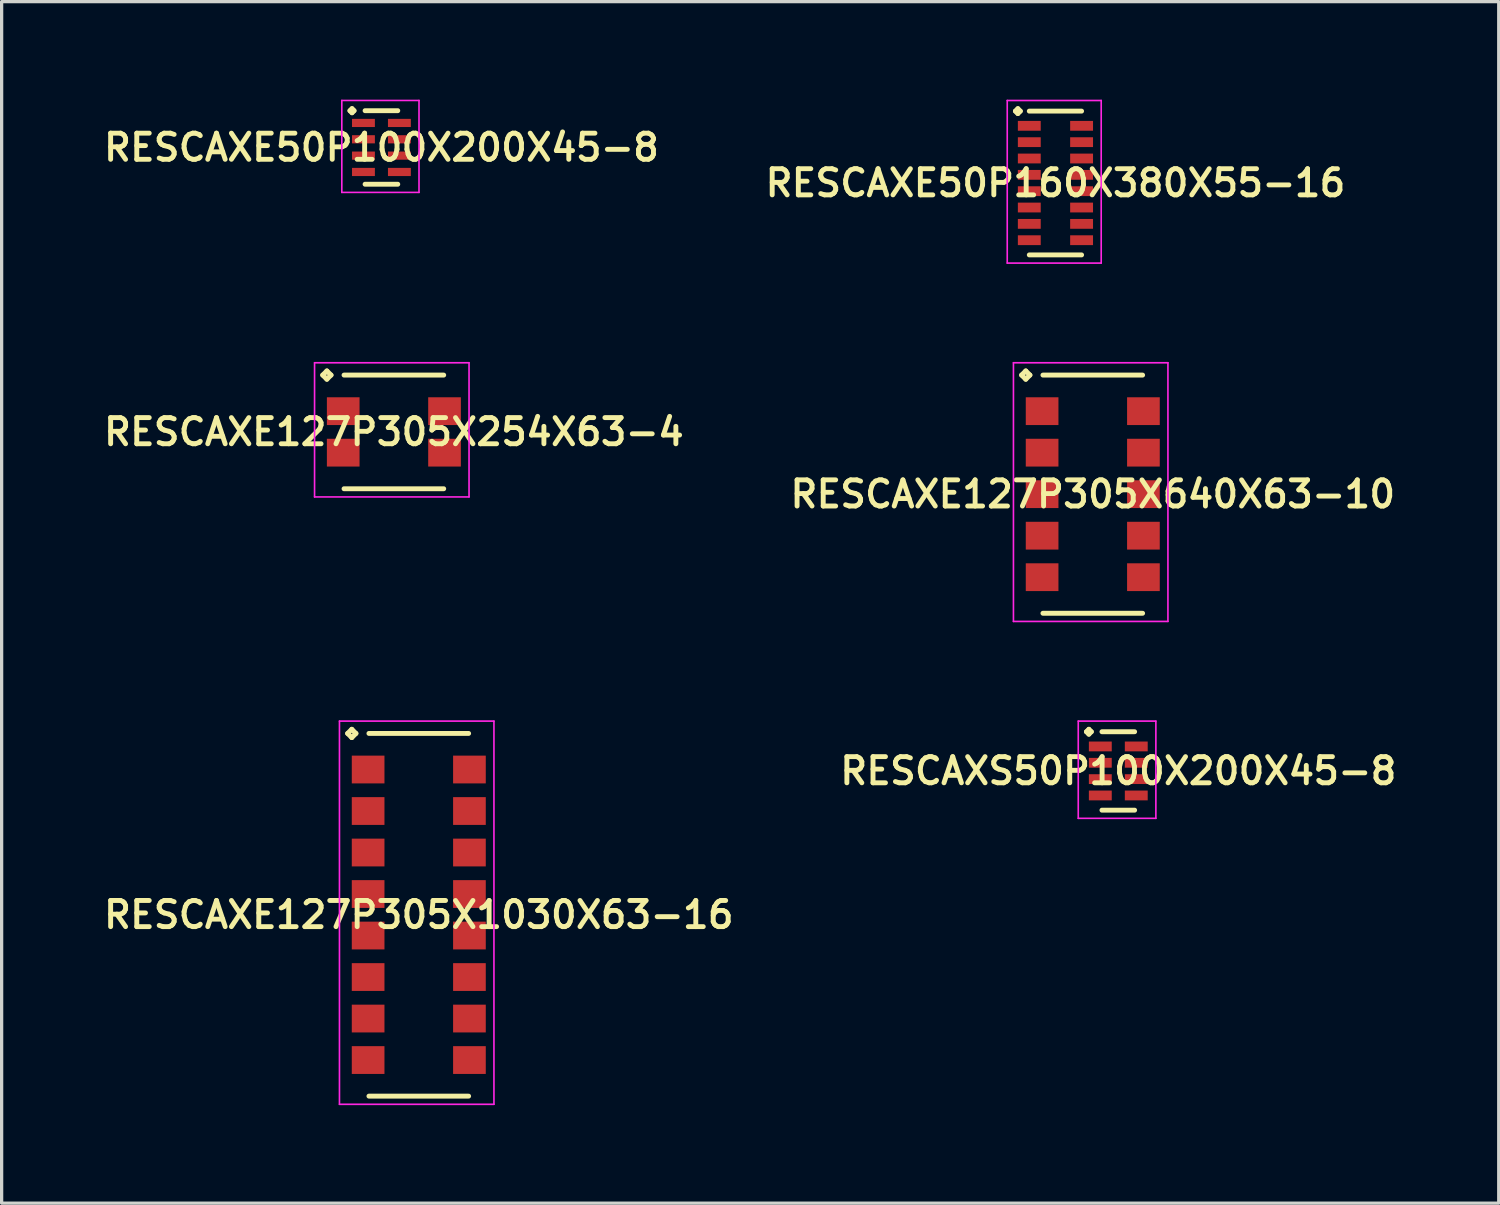
<source format=kicad_pcb>
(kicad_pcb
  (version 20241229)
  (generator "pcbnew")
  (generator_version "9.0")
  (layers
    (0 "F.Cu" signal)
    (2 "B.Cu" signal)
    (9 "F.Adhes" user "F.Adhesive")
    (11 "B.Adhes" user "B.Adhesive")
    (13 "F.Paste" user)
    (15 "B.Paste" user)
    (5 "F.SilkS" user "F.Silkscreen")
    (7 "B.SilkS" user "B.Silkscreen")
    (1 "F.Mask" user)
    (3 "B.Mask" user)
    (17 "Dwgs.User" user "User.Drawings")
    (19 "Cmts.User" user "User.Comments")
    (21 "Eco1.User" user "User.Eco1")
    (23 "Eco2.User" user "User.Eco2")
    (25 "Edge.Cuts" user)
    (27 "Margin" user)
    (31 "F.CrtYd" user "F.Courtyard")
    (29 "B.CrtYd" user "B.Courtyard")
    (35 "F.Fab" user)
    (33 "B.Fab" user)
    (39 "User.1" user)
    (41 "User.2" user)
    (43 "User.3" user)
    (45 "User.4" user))
  (footprint "RESCAXS50P100X200X45-8"
    (layer "F.Cu")
    (at 31.168 20.54)
    (property "Reference" "RESCAXS50P100X200X45-8" (at 0 0 0) (layer "F.SilkS") (effects (font (size 0.8 0.8) (thickness 0.15))))
    (attr smd)
    (fp_line (start -0.975 -1.2) (end -0.9 -1.275) (stroke (width 0.15) (type solid)) (layer "F.SilkS"))
    (fp_line (start -0.9 -1.275) (end -0.825 -1.2) (stroke (width 0.15) (type solid)) (layer "F.SilkS"))
    (fp_line (start -0.9 -1.125) (end -0.975 -1.2) (stroke (width 0.15) (type solid)) (layer "F.SilkS"))
    (fp_line (start -0.825 -1.2) (end -0.9 -1.125) (stroke (width 0.15) (type solid)) (layer "F.SilkS"))
    (fp_line (start -0.5 -1.2) (end 0.5 -1.2) (stroke (width 0.15) (type solid)) (layer "F.SilkS"))
    (fp_line (start -0.5 1.2) (end 0.5 1.2) (stroke (width 0.15) (type solid)) (layer "F.SilkS"))
    (fp_line (start -1.225 -1.525) (end 1.15 -1.525) (stroke (width 0.05) (type solid)) (layer "F.CrtYd"))
    (fp_line (start -1.225 1.45) (end -1.225 -1.525) (stroke (width 0.05) (type solid)) (layer "F.CrtYd"))
    (fp_line (start 1.15 -1.525) (end 1.15 1.45) (stroke (width 0.05) (type solid)) (layer "F.CrtYd"))
    (fp_line (start 1.15 1.45) (end -1.225 1.45) (stroke (width 0.05) (type solid)) (layer "F.CrtYd"))
    (pad "1" smd rect (at -0.55 -0.75) (size 0.7 0.3) (layers "F.Cu" "F.Mask" "F.Paste"))
    (pad "2" smd rect (at -0.55 -0.25) (size 0.7 0.3) (layers "F.Cu" "F.Mask" "F.Paste"))
    (pad "3" smd rect (at -0.55 0.25) (size 0.7 0.3) (layers "F.Cu" "F.Mask" "F.Paste"))
    (pad "4" smd rect (at -0.55 0.75) (size 0.7 0.3) (layers "F.Cu" "F.Mask" "F.Paste"))
    (pad "5" smd rect (at 0.55 0.75) (size 0.7 0.3) (layers "F.Cu" "F.Mask" "F.Paste"))
    (pad "6" smd rect (at 0.55 0.25) (size 0.7 0.3) (layers "F.Cu" "F.Mask" "F.Paste"))
    (pad "7" smd rect (at 0.55 -0.25) (size 0.7 0.3) (layers "F.Cu" "F.Mask" "F.Paste"))
    (pad "8" smd rect (at 0.55 -0.75) (size 0.7 0.3) (layers "F.Cu" "F.Mask" "F.Paste")))
  (footprint "RESCAXE50P160X380X55-16"
    (layer "F.Cu")
    (at 29.245 2.55)
    (property "Reference" "RESCAXE50P160X380X55-16" (at 0 0 0) (layer "F.SilkS") (effects (font (size 0.8 0.8) (thickness 0.15))))
    (attr smd)
    (fp_line (start -1.225 -2.2) (end -1.15 -2.275) (stroke (width 0.15) (type solid)) (layer "F.SilkS"))
    (fp_line (start -1.15 -2.275) (end -1.075 -2.2) (stroke (width 0.15) (type solid)) (layer "F.SilkS"))
    (fp_line (start -1.15 -2.125) (end -1.225 -2.2) (stroke (width 0.15) (type solid)) (layer "F.SilkS"))
    (fp_line (start -1.075 -2.2) (end -1.15 -2.125) (stroke (width 0.15) (type solid)) (layer "F.SilkS"))
    (fp_line (start -0.8 -2.2) (end 0.8 -2.2) (stroke (width 0.15) (type solid)) (layer "F.SilkS"))
    (fp_line (start -0.8 2.2) (end 0.8 2.2) (stroke (width 0.15) (type solid)) (layer "F.SilkS"))
    (fp_line (start -1.475 -2.525) (end 1.4 -2.525) (stroke (width 0.05) (type solid)) (layer "F.CrtYd"))
    (fp_line (start -1.475 2.45) (end -1.475 -2.525) (stroke (width 0.05) (type solid)) (layer "F.CrtYd"))
    (fp_line (start 1.4 -2.525) (end 1.4 2.45) (stroke (width 0.05) (type solid)) (layer "F.CrtYd"))
    (fp_line (start 1.4 2.45) (end -1.475 2.45) (stroke (width 0.05) (type solid)) (layer "F.CrtYd"))
    (pad "1" smd rect (at -0.8 -1.75) (size 0.7 0.3) (layers "F.Cu" "F.Mask" "F.Paste"))
    (pad "2" smd rect (at -0.8 -1.25) (size 0.7 0.3) (layers "F.Cu" "F.Mask" "F.Paste"))
    (pad "3" smd rect (at -0.8 -0.75) (size 0.7 0.3) (layers "F.Cu" "F.Mask" "F.Paste"))
    (pad "4" smd rect (at -0.8 -0.25) (size 0.7 0.3) (layers "F.Cu" "F.Mask" "F.Paste"))
    (pad "5" smd rect (at -0.8 0.25) (size 0.7 0.3) (layers "F.Cu" "F.Mask" "F.Paste"))
    (pad "6" smd rect (at -0.8 0.75) (size 0.7 0.3) (layers "F.Cu" "F.Mask" "F.Paste"))
    (pad "7" smd rect (at -0.8 1.25) (size 0.7 0.3) (layers "F.Cu" "F.Mask" "F.Paste"))
    (pad "8" smd rect (at -0.8 1.75) (size 0.7 0.3) (layers "F.Cu" "F.Mask" "F.Paste"))
    (pad "9" smd rect (at 0.8 1.75) (size 0.7 0.3) (layers "F.Cu" "F.Mask" "F.Paste"))
    (pad "10" smd rect (at 0.8 1.25) (size 0.7 0.3) (layers "F.Cu" "F.Mask" "F.Paste"))
    (pad "11" smd rect (at 0.8 0.75) (size 0.7 0.3) (layers "F.Cu" "F.Mask" "F.Paste"))
    (pad "12" smd rect (at 0.8 0.25) (size 0.7 0.3) (layers "F.Cu" "F.Mask" "F.Paste"))
    (pad "13" smd rect (at 0.8 -0.25) (size 0.7 0.3) (layers "F.Cu" "F.Mask" "F.Paste"))
    (pad "14" smd rect (at 0.8 -0.75) (size 0.7 0.3) (layers "F.Cu" "F.Mask" "F.Paste"))
    (pad "15" smd rect (at 0.8 -1.25) (size 0.7 0.3) (layers "F.Cu" "F.Mask" "F.Paste"))
    (pad "16" smd rect (at 0.8 -1.75) (size 0.7 0.3) (layers "F.Cu" "F.Mask" "F.Paste")))
  (footprint "RESCAXE127P305X640X63-10"
    (layer "F.Cu")
    (at 30.387 12.071)
    (property "Reference" "RESCAXE127P305X640X63-10" (at 0 0 0) (layer "F.SilkS") (effects (font (size 0.8 0.8) (thickness 0.15))))
    (attr smd)
    (fp_line (start -2.177 -3.644) (end -2.05 -3.771) (stroke (width 0.15) (type solid)) (layer "F.SilkS"))
    (fp_line (start -2.05 -3.771) (end -1.923 -3.644) (stroke (width 0.15) (type solid)) (layer "F.SilkS"))
    (fp_line (start -2.05 -3.517) (end -2.177 -3.644) (stroke (width 0.15) (type solid)) (layer "F.SilkS"))
    (fp_line (start -1.923 -3.644) (end -2.05 -3.517) (stroke (width 0.15) (type solid)) (layer "F.SilkS"))
    (fp_line (start -1.525 -3.644) (end 1.525 -3.644) (stroke (width 0.15) (type solid)) (layer "F.SilkS"))
    (fp_line (start -1.525 3.644) (end 1.525 3.644) (stroke (width 0.15) (type solid)) (layer "F.SilkS"))
    (fp_line (start -2.427 -4.021) (end 2.3 -4.021) (stroke (width 0.05) (type solid)) (layer "F.CrtYd"))
    (fp_line (start -2.427 3.894) (end -2.427 -4.021) (stroke (width 0.05) (type solid)) (layer "F.CrtYd"))
    (fp_line (start 2.3 -4.021) (end 2.3 3.894) (stroke (width 0.05) (type solid)) (layer "F.CrtYd"))
    (fp_line (start 2.3 3.894) (end -2.427 3.894) (stroke (width 0.05) (type solid)) (layer "F.CrtYd"))
    (pad "1" smd rect (at -1.55 -2.54) (size 1 0.85) (layers "F.Cu" "F.Mask" "F.Paste"))
    (pad "2" smd rect (at -1.55 -1.27) (size 1 0.85) (layers "F.Cu" "F.Mask" "F.Paste"))
    (pad "3" smd rect (at -1.55 0) (size 1 0.85) (layers "F.Cu" "F.Mask" "F.Paste"))
    (pad "4" smd rect (at -1.55 1.27) (size 1 0.85) (layers "F.Cu" "F.Mask" "F.Paste"))
    (pad "5" smd rect (at -1.55 2.54) (size 1 0.85) (layers "F.Cu" "F.Mask" "F.Paste"))
    (pad "6" smd rect (at 1.55 2.54) (size 1 0.85) (layers "F.Cu" "F.Mask" "F.Paste"))
    (pad "7" smd rect (at 1.55 1.27) (size 1 0.85) (layers "F.Cu" "F.Mask" "F.Paste"))
    (pad "8" smd rect (at 1.55 0) (size 1 0.85) (layers "F.Cu" "F.Mask" "F.Paste"))
    (pad "9" smd rect (at 1.55 -1.27) (size 1 0.85) (layers "F.Cu" "F.Mask" "F.Paste"))
    (pad "10" smd rect (at 1.55 -2.54) (size 1 0.85) (layers "F.Cu" "F.Mask" "F.Paste")))
  (footprint "RESCAXE127P305X254X63-4"
    (layer "F.Cu")
    (at 9.002 10.166)
    (property "Reference" "RESCAXE127P305X254X63-4" (at 0 0 0) (layer "F.SilkS") (effects (font (size 0.8 0.8) (thickness 0.15))))
    (attr smd)
    (fp_line (start -2.177 -1.739) (end -2.05 -1.866) (stroke (width 0.15) (type solid)) (layer "F.SilkS"))
    (fp_line (start -2.05 -1.866) (end -1.923 -1.739) (stroke (width 0.15) (type solid)) (layer "F.SilkS"))
    (fp_line (start -2.05 -1.612) (end -2.177 -1.739) (stroke (width 0.15) (type solid)) (layer "F.SilkS"))
    (fp_line (start -1.923 -1.739) (end -2.05 -1.612) (stroke (width 0.15) (type solid)) (layer "F.SilkS"))
    (fp_line (start -1.525 -1.739) (end 1.525 -1.739) (stroke (width 0.15) (type solid)) (layer "F.SilkS"))
    (fp_line (start -1.525 1.739) (end 1.525 1.739) (stroke (width 0.15) (type solid)) (layer "F.SilkS"))
    (fp_line (start -2.427 -2.116) (end 2.3 -2.116) (stroke (width 0.05) (type solid)) (layer "F.CrtYd"))
    (fp_line (start -2.427 1.989) (end -2.427 -2.116) (stroke (width 0.05) (type solid)) (layer "F.CrtYd"))
    (fp_line (start 2.3 -2.116) (end 2.3 1.989) (stroke (width 0.05) (type solid)) (layer "F.CrtYd"))
    (fp_line (start 2.3 1.989) (end -2.427 1.989) (stroke (width 0.05) (type solid)) (layer "F.CrtYd"))
    (pad "1" smd rect (at -1.55 -0.635) (size 1 0.85) (layers "F.Cu" "F.Mask" "F.Paste"))
    (pad "2" smd rect (at -1.55 0.635) (size 1 0.85) (layers "F.Cu" "F.Mask" "F.Paste"))
    (pad "3" smd rect (at 1.55 0.635) (size 1 0.85) (layers "F.Cu" "F.Mask" "F.Paste"))
    (pad "4" smd rect (at 1.55 -0.635) (size 1 0.85) (layers "F.Cu" "F.Mask" "F.Paste")))
  (footprint "RESCAXE127P305X1030X63-16"
    (layer "F.Cu")
    (at 9.764 24.941)
    (property "Reference" "RESCAXE127P305X1030X63-16" (at 0 0 0) (layer "F.SilkS") (effects (font (size 0.8 0.8) (thickness 0.15))))
    (attr smd)
    (fp_line (start -2.177 -5.549) (end -2.05 -5.676) (stroke (width 0.15) (type solid)) (layer "F.SilkS"))
    (fp_line (start -2.05 -5.676) (end -1.923 -5.549) (stroke (width 0.15) (type solid)) (layer "F.SilkS"))
    (fp_line (start -2.05 -5.422) (end -2.177 -5.549) (stroke (width 0.15) (type solid)) (layer "F.SilkS"))
    (fp_line (start -1.923 -5.549) (end -2.05 -5.422) (stroke (width 0.15) (type solid)) (layer "F.SilkS"))
    (fp_line (start -1.525 -5.549) (end 1.525 -5.549) (stroke (width 0.15) (type solid)) (layer "F.SilkS"))
    (fp_line (start -1.525 5.549) (end 1.525 5.549) (stroke (width 0.15) (type solid)) (layer "F.SilkS"))
    (fp_line (start -2.427 -5.926) (end 2.3 -5.926) (stroke (width 0.05) (type solid)) (layer "F.CrtYd"))
    (fp_line (start -2.427 5.799) (end -2.427 -5.926) (stroke (width 0.05) (type solid)) (layer "F.CrtYd"))
    (fp_line (start 2.3 -5.926) (end 2.3 5.799) (stroke (width 0.05) (type solid)) (layer "F.CrtYd"))
    (fp_line (start 2.3 5.799) (end -2.427 5.799) (stroke (width 0.05) (type solid)) (layer "F.CrtYd"))
    (pad "1" smd rect (at -1.55 -4.445) (size 1 0.85) (layers "F.Cu" "F.Mask" "F.Paste"))
    (pad "2" smd rect (at -1.55 -3.175) (size 1 0.85) (layers "F.Cu" "F.Mask" "F.Paste"))
    (pad "3" smd rect (at -1.55 -1.905) (size 1 0.85) (layers "F.Cu" "F.Mask" "F.Paste"))
    (pad "4" smd rect (at -1.55 -0.635) (size 1 0.85) (layers "F.Cu" "F.Mask" "F.Paste"))
    (pad "5" smd rect (at -1.55 0.635) (size 1 0.85) (layers "F.Cu" "F.Mask" "F.Paste"))
    (pad "6" smd rect (at -1.55 1.905) (size 1 0.85) (layers "F.Cu" "F.Mask" "F.Paste"))
    (pad "7" smd rect (at -1.55 3.175) (size 1 0.85) (layers "F.Cu" "F.Mask" "F.Paste"))
    (pad "8" smd rect (at -1.55 4.445) (size 1 0.85) (layers "F.Cu" "F.Mask" "F.Paste"))
    (pad "9" smd rect (at 1.55 4.445) (size 1 0.85) (layers "F.Cu" "F.Mask" "F.Paste"))
    (pad "10" smd rect (at 1.55 3.175) (size 1 0.85) (layers "F.Cu" "F.Mask" "F.Paste"))
    (pad "11" smd rect (at 1.55 1.905) (size 1 0.85) (layers "F.Cu" "F.Mask" "F.Paste"))
    (pad "12" smd rect (at 1.55 0.635) (size 1 0.85) (layers "F.Cu" "F.Mask" "F.Paste"))
    (pad "13" smd rect (at 1.55 -0.635) (size 1 0.85) (layers "F.Cu" "F.Mask" "F.Paste"))
    (pad "14" smd rect (at 1.55 -1.905) (size 1 0.85) (layers "F.Cu" "F.Mask" "F.Paste"))
    (pad "15" smd rect (at 1.55 -3.175) (size 1 0.85) (layers "F.Cu" "F.Mask" "F.Paste"))
    (pad "16" smd rect (at 1.55 -4.445) (size 1 0.85) (layers "F.Cu" "F.Mask" "F.Paste")))
  (footprint "RESCAXE50P100X200X45-8"
    (layer "F.Cu")
    (at 8.621 1.462)
    (property "Reference" "RESCAXE50P100X200X45-8" (at 0 0 0) (layer "F.SilkS") (effects (font (size 0.8 0.8) (thickness 0.15))))
    (attr smd)
    (fp_line (start -0.963 -1.125) (end -0.9 -1.188) (stroke (width 0.15) (type solid)) (layer "F.SilkS"))
    (fp_line (start -0.9 -1.188) (end -0.838 -1.125) (stroke (width 0.15) (type solid)) (layer "F.SilkS"))
    (fp_line (start -0.9 -1.062) (end -0.963 -1.125) (stroke (width 0.15) (type solid)) (layer "F.SilkS"))
    (fp_line (start -0.838 -1.125) (end -0.9 -1.062) (stroke (width 0.15) (type solid)) (layer "F.SilkS"))
    (fp_line (start -0.5 -1.125) (end 0.5 -1.125) (stroke (width 0.15) (type solid)) (layer "F.SilkS"))
    (fp_line (start -0.5 1.125) (end 0.5 1.125) (stroke (width 0.15) (type solid)) (layer "F.SilkS"))
    (fp_line (start -1.212 -1.438) (end 1.15 -1.438) (stroke (width 0.05) (type solid)) (layer "F.CrtYd"))
    (fp_line (start -1.212 1.375) (end -1.212 -1.438) (stroke (width 0.05) (type solid)) (layer "F.CrtYd"))
    (fp_line (start 1.15 -1.438) (end 1.15 1.375) (stroke (width 0.05) (type solid)) (layer "F.CrtYd"))
    (fp_line (start 1.15 1.375) (end -1.212 1.375) (stroke (width 0.05) (type solid)) (layer "F.CrtYd"))
    (pad "1" smd rect (at -0.55 -0.75) (size 0.7 0.25) (layers "F.Cu" "F.Mask" "F.Paste"))
    (pad "2" smd rect (at -0.55 -0.25) (size 0.7 0.25) (layers "F.Cu" "F.Mask" "F.Paste"))
    (pad "3" smd rect (at -0.55 0.25) (size 0.7 0.25) (layers "F.Cu" "F.Mask" "F.Paste"))
    (pad "4" smd rect (at -0.55 0.75) (size 0.7 0.25) (layers "F.Cu" "F.Mask" "F.Paste"))
    (pad "5" smd rect (at 0.55 0.75) (size 0.7 0.25) (layers "F.Cu" "F.Mask" "F.Paste"))
    (pad "6" smd rect (at 0.55 0.25) (size 0.7 0.25) (layers "F.Cu" "F.Mask" "F.Paste"))
    (pad "7" smd rect (at 0.55 -0.25) (size 0.7 0.25) (layers "F.Cu" "F.Mask" "F.Paste"))
    (pad "8" smd rect (at 0.55 -0.75) (size 0.7 0.25) (layers "F.Cu" "F.Mask" "F.Paste")))
  (gr_rect
    (start -3 -3)
    (end 42.809 33.765)
    (stroke (width 0.1) (type default))
    (fill no)
    (layer "Edge.Cuts")))
</source>
